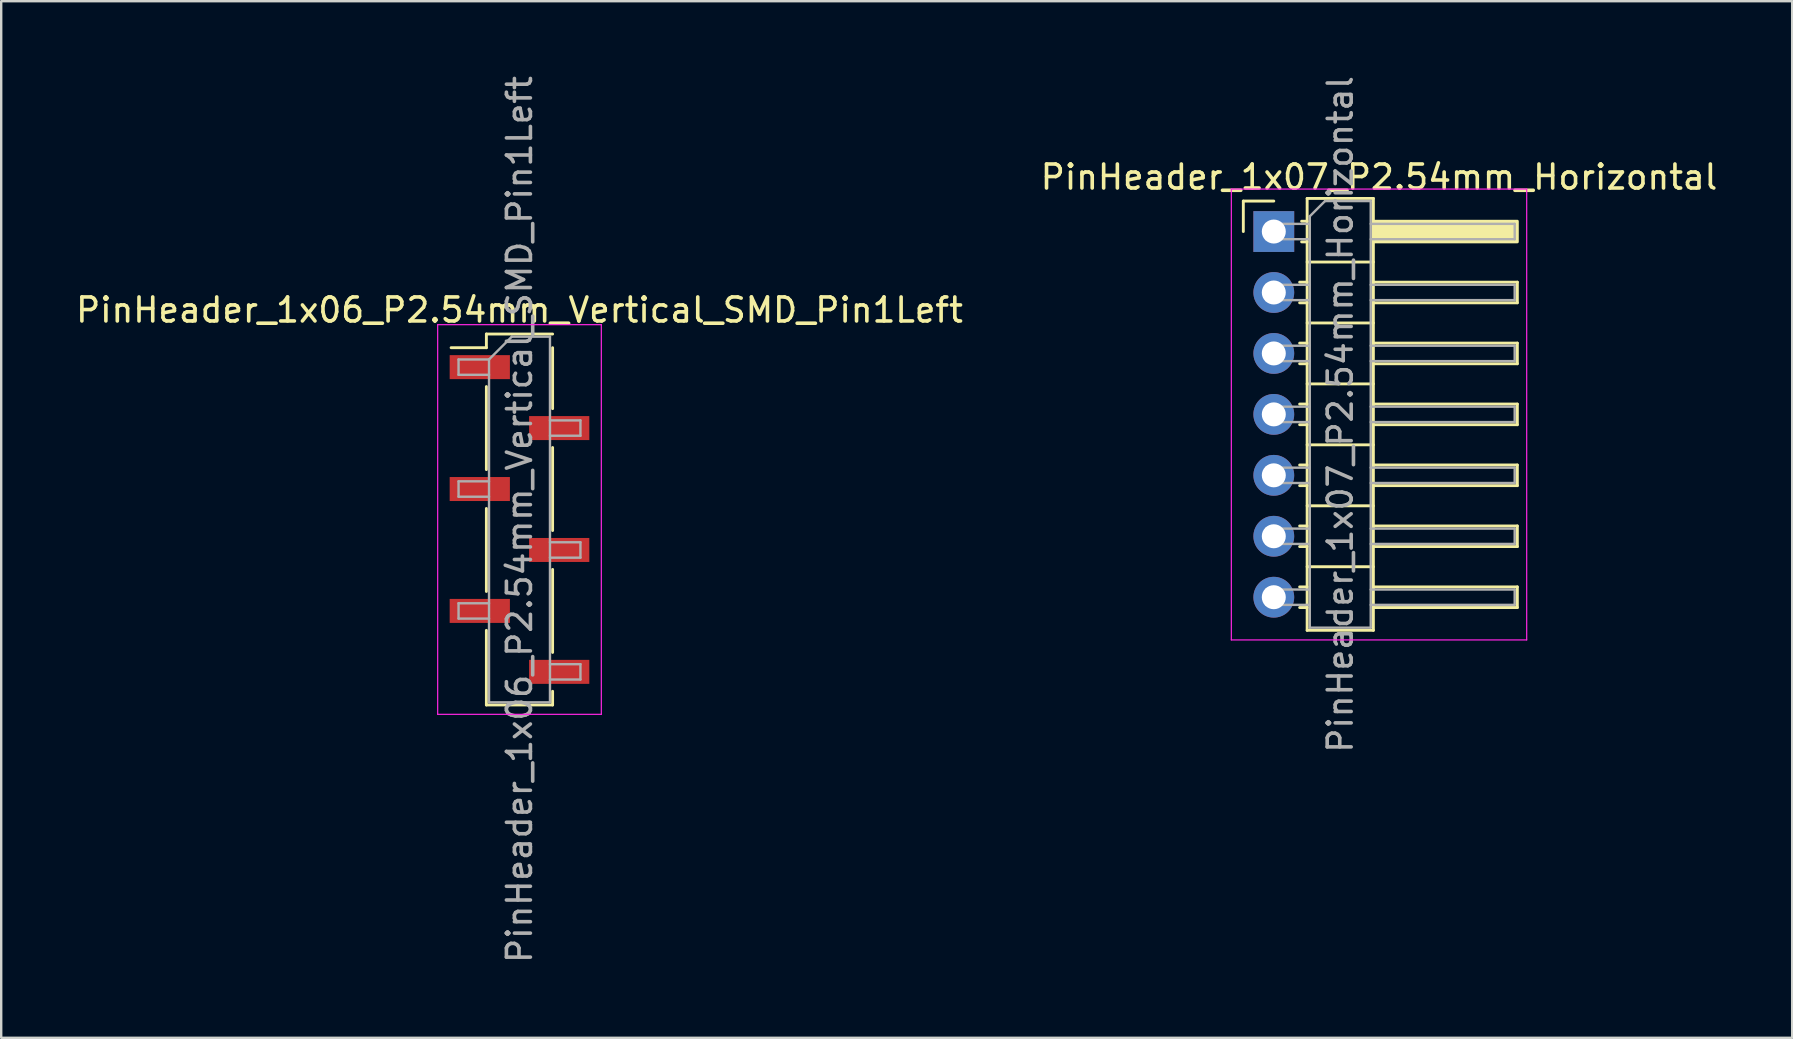
<source format=kicad_pcb>
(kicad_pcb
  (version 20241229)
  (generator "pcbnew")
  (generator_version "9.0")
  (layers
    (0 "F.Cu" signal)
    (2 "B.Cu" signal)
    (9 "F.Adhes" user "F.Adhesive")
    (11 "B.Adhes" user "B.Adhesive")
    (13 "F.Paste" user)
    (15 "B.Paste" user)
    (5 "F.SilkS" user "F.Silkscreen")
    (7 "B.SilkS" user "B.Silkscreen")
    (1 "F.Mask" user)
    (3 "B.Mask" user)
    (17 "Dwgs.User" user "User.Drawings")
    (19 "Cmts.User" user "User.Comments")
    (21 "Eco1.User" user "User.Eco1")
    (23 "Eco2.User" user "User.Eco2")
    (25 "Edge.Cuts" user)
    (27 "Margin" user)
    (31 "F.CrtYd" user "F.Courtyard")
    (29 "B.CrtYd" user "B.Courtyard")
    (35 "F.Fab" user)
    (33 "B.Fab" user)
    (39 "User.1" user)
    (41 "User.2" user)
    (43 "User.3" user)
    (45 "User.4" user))
  (footprint "PinHeader_1x06_P2.54mm_Vertical_SMD_Pin1Left"
    (layer "F.Cu")
    (at 18.601 18.601)
    (property "Reference" "PinHeader_1x06_P2.54mm_Vertical_SMD_Pin1Left" (at 0 -8.73 0) (layer "F.SilkS") (effects (font (size 1 1) (thickness 0.15))))
    (attr smd)
    (fp_line (start -1.38 -7.73) (end -1.38 -7.16) (stroke (width 0.12) (type solid)) (layer "F.SilkS"))
    (fp_line (start -1.38 -7.73) (end 1.38 -7.73) (stroke (width 0.12) (type solid)) (layer "F.SilkS"))
    (fp_line (start -1.38 -7.16) (end -2.85 -7.16) (stroke (width 0.12) (type solid)) (layer "F.SilkS"))
    (fp_line (start -1.38 -5.54) (end -1.38 -2.08) (stroke (width 0.12) (type solid)) (layer "F.SilkS"))
    (fp_line (start -1.38 -0.46) (end -1.38 3) (stroke (width 0.12) (type solid)) (layer "F.SilkS"))
    (fp_line (start -1.38 4.62) (end -1.38 7.73) (stroke (width 0.12) (type solid)) (layer "F.SilkS"))
    (fp_line (start -1.38 7.73) (end 1.38 7.73) (stroke (width 0.12) (type solid)) (layer "F.SilkS"))
    (fp_line (start 1.38 -7.16) (end 1.38 -4.62) (stroke (width 0.12) (type solid)) (layer "F.SilkS"))
    (fp_line (start 1.38 -3) (end 1.38 0.46) (stroke (width 0.12) (type solid)) (layer "F.SilkS"))
    (fp_line (start 1.38 2.08) (end 1.38 5.54) (stroke (width 0.12) (type solid)) (layer "F.SilkS"))
    (fp_line (start 1.38 7.16) (end 1.38 7.73) (stroke (width 0.12) (type solid)) (layer "F.SilkS"))
    (fp_line (start -3.41 -8.12) (end -3.41 8.12) (stroke (width 0.05) (type solid)) (layer "F.CrtYd"))
    (fp_line (start -3.41 8.12) (end 3.41 8.12) (stroke (width 0.05) (type solid)) (layer "F.CrtYd"))
    (fp_line (start 3.41 -8.12) (end -3.41 -8.12) (stroke (width 0.05) (type solid)) (layer "F.CrtYd"))
    (fp_line (start 3.41 8.12) (end 3.41 -8.12) (stroke (width 0.05) (type solid)) (layer "F.CrtYd"))
    (fp_line (start -2.54 -6.67) (end -2.54 -6.03) (stroke (width 0.1) (type solid)) (layer "F.Fab"))
    (fp_line (start -2.54 -6.03) (end -1.27 -6.03) (stroke (width 0.1) (type solid)) (layer "F.Fab"))
    (fp_line (start -2.54 -1.59) (end -2.54 -0.95) (stroke (width 0.1) (type solid)) (layer "F.Fab"))
    (fp_line (start -2.54 -0.95) (end -1.27 -0.95) (stroke (width 0.1) (type solid)) (layer "F.Fab"))
    (fp_line (start -2.54 3.49) (end -2.54 4.13) (stroke (width 0.1) (type solid)) (layer "F.Fab"))
    (fp_line (start -2.54 4.13) (end -1.27 4.13) (stroke (width 0.1) (type solid)) (layer "F.Fab"))
    (fp_line (start -1.27 -6.67) (end -2.54 -6.67) (stroke (width 0.1) (type solid)) (layer "F.Fab"))
    (fp_line (start -1.27 -6.67) (end -0.32 -7.62) (stroke (width 0.1) (type solid)) (layer "F.Fab"))
    (fp_line (start -1.27 -1.59) (end -2.54 -1.59) (stroke (width 0.1) (type solid)) (layer "F.Fab"))
    (fp_line (start -1.27 3.49) (end -2.54 3.49) (stroke (width 0.1) (type solid)) (layer "F.Fab"))
    (fp_line (start -1.27 7.62) (end -1.27 -6.67) (stroke (width 0.1) (type solid)) (layer "F.Fab"))
    (fp_line (start -0.32 -7.62) (end 1.27 -7.62) (stroke (width 0.1) (type solid)) (layer "F.Fab"))
    (fp_line (start 1.27 -7.62) (end 1.27 7.62) (stroke (width 0.1) (type solid)) (layer "F.Fab"))
    (fp_line (start 1.27 -4.13) (end 2.54 -4.13) (stroke (width 0.1) (type solid)) (layer "F.Fab"))
    (fp_line (start 1.27 0.95) (end 2.54 0.95) (stroke (width 0.1) (type solid)) (layer "F.Fab"))
    (fp_line (start 1.27 6.03) (end 2.54 6.03) (stroke (width 0.1) (type solid)) (layer "F.Fab"))
    (fp_line (start 1.27 7.62) (end -1.27 7.62) (stroke (width 0.1) (type solid)) (layer "F.Fab"))
    (fp_line (start 2.54 -4.13) (end 2.54 -3.49) (stroke (width 0.1) (type solid)) (layer "F.Fab"))
    (fp_line (start 2.54 -3.49) (end 1.27 -3.49) (stroke (width 0.1) (type solid)) (layer "F.Fab"))
    (fp_line (start 2.54 0.95) (end 2.54 1.59) (stroke (width 0.1) (type solid)) (layer "F.Fab"))
    (fp_line (start 2.54 1.59) (end 1.27 1.59) (stroke (width 0.1) (type solid)) (layer "F.Fab"))
    (fp_line (start 2.54 6.03) (end 2.54 6.67) (stroke (width 0.1) (type solid)) (layer "F.Fab"))
    (fp_line (start 2.54 6.67) (end 1.27 6.67) (stroke (width 0.1) (type solid)) (layer "F.Fab"))
    (fp_text user "${REFERENCE}" (at 0 0 90) (layer "F.Fab") (effects (font (size 1 1) (thickness 0.15))))
    (pad "1" smd rect (at -1.655 -6.35) (size 2.51 1) (layers "F.Cu" "F.Mask" "F.Paste"))
    (pad "2" smd rect (at 1.655 -3.81) (size 2.51 1) (layers "F.Cu" "F.Mask" "F.Paste"))
    (pad "3" smd rect (at -1.655 -1.27) (size 2.51 1) (layers "F.Cu" "F.Mask" "F.Paste"))
    (pad "4" smd rect (at 1.655 1.27) (size 2.51 1) (layers "F.Cu" "F.Mask" "F.Paste"))
    (pad "5" smd rect (at -1.655 3.81) (size 2.51 1) (layers "F.Cu" "F.Mask" "F.Paste"))
    (pad "6" smd rect (at 1.655 6.35) (size 2.51 1) (layers "F.Cu" "F.Mask" "F.Paste")))
  (footprint "PinHeader_1x07_P2.54mm_Horizontal"
    (layer "F.Cu")
    (at 50.038 6.6)
    (property "Reference" "PinHeader_1x07_P2.54mm_Horizontal" (at 4.385 -2.27 0) (layer "F.SilkS") (effects (font (size 1 1) (thickness 0.15))))
    (attr through_hole)
    (fp_line (start -1.27 -1.27) (end 0 -1.27) (stroke (width 0.12) (type solid)) (layer "F.SilkS"))
    (fp_line (start -1.27 0) (end -1.27 -1.27) (stroke (width 0.12) (type solid)) (layer "F.SilkS"))
    (fp_line (start 1.077 2.11) (end 1.39 2.11) (stroke (width 0.12) (type solid)) (layer "F.SilkS"))
    (fp_line (start 1.077 2.97) (end 1.39 2.97) (stroke (width 0.12) (type solid)) (layer "F.SilkS"))
    (fp_line (start 1.077 4.65) (end 1.39 4.65) (stroke (width 0.12) (type solid)) (layer "F.SilkS"))
    (fp_line (start 1.077 5.51) (end 1.39 5.51) (stroke (width 0.12) (type solid)) (layer "F.SilkS"))
    (fp_line (start 1.077 7.19) (end 1.39 7.19) (stroke (width 0.12) (type solid)) (layer "F.SilkS"))
    (fp_line (start 1.077 8.05) (end 1.39 8.05) (stroke (width 0.12) (type solid)) (layer "F.SilkS"))
    (fp_line (start 1.077 9.73) (end 1.39 9.73) (stroke (width 0.12) (type solid)) (layer "F.SilkS"))
    (fp_line (start 1.077 10.59) (end 1.39 10.59) (stroke (width 0.12) (type solid)) (layer "F.SilkS"))
    (fp_line (start 1.077 12.27) (end 1.39 12.27) (stroke (width 0.12) (type solid)) (layer "F.SilkS"))
    (fp_line (start 1.077 13.13) (end 1.39 13.13) (stroke (width 0.12) (type solid)) (layer "F.SilkS"))
    (fp_line (start 1.077 14.81) (end 1.39 14.81) (stroke (width 0.12) (type solid)) (layer "F.SilkS"))
    (fp_line (start 1.077 15.67) (end 1.39 15.67) (stroke (width 0.12) (type solid)) (layer "F.SilkS"))
    (fp_line (start 1.16 -0.43) (end 1.39 -0.43) (stroke (width 0.12) (type solid)) (layer "F.SilkS"))
    (fp_line (start 1.16 0.43) (end 1.39 0.43) (stroke (width 0.12) (type solid)) (layer "F.SilkS"))
    (fp_line (start 1.39 -1.38) (end 1.39 16.62) (stroke (width 0.12) (type solid)) (layer "F.SilkS"))
    (fp_line (start 1.39 1.27) (end 4.15 1.27) (stroke (width 0.12) (type solid)) (layer "F.SilkS"))
    (fp_line (start 1.39 3.81) (end 4.15 3.81) (stroke (width 0.12) (type solid)) (layer "F.SilkS"))
    (fp_line (start 1.39 6.35) (end 4.15 6.35) (stroke (width 0.12) (type solid)) (layer "F.SilkS"))
    (fp_line (start 1.39 8.89) (end 4.15 8.89) (stroke (width 0.12) (type solid)) (layer "F.SilkS"))
    (fp_line (start 1.39 11.43) (end 4.15 11.43) (stroke (width 0.12) (type solid)) (layer "F.SilkS"))
    (fp_line (start 1.39 13.97) (end 4.15 13.97) (stroke (width 0.12) (type solid)) (layer "F.SilkS"))
    (fp_line (start 1.39 16.62) (end 4.15 16.62) (stroke (width 0.12) (type solid)) (layer "F.SilkS"))
    (fp_line (start 4.15 -1.38) (end 1.39 -1.38) (stroke (width 0.12) (type solid)) (layer "F.SilkS"))
    (fp_line (start 4.15 2.11) (end 10.15 2.11) (stroke (width 0.12) (type solid)) (layer "F.SilkS"))
    (fp_line (start 4.15 4.65) (end 10.15 4.65) (stroke (width 0.12) (type solid)) (layer "F.SilkS"))
    (fp_line (start 4.15 7.19) (end 10.15 7.19) (stroke (width 0.12) (type solid)) (layer "F.SilkS"))
    (fp_line (start 4.15 9.73) (end 10.15 9.73) (stroke (width 0.12) (type solid)) (layer "F.SilkS"))
    (fp_line (start 4.15 12.27) (end 10.15 12.27) (stroke (width 0.12) (type solid)) (layer "F.SilkS"))
    (fp_line (start 4.15 14.81) (end 10.15 14.81) (stroke (width 0.12) (type solid)) (layer "F.SilkS"))
    (fp_line (start 4.15 16.62) (end 4.15 -1.38) (stroke (width 0.12) (type solid)) (layer "F.SilkS"))
    (fp_line (start 10.15 2.11) (end 10.15 2.97) (stroke (width 0.12) (type solid)) (layer "F.SilkS"))
    (fp_line (start 10.15 2.97) (end 4.15 2.97) (stroke (width 0.12) (type solid)) (layer "F.SilkS"))
    (fp_line (start 10.15 4.65) (end 10.15 5.51) (stroke (width 0.12) (type solid)) (layer "F.SilkS"))
    (fp_line (start 10.15 5.51) (end 4.15 5.51) (stroke (width 0.12) (type solid)) (layer "F.SilkS"))
    (fp_line (start 10.15 7.19) (end 10.15 8.05) (stroke (width 0.12) (type solid)) (layer "F.SilkS"))
    (fp_line (start 10.15 8.05) (end 4.15 8.05) (stroke (width 0.12) (type solid)) (layer "F.SilkS"))
    (fp_line (start 10.15 9.73) (end 10.15 10.59) (stroke (width 0.12) (type solid)) (layer "F.SilkS"))
    (fp_line (start 10.15 10.59) (end 4.15 10.59) (stroke (width 0.12) (type solid)) (layer "F.SilkS"))
    (fp_line (start 10.15 12.27) (end 10.15 13.13) (stroke (width 0.12) (type solid)) (layer "F.SilkS"))
    (fp_line (start 10.15 13.13) (end 4.15 13.13) (stroke (width 0.12) (type solid)) (layer "F.SilkS"))
    (fp_line (start 10.15 14.81) (end 10.15 15.67) (stroke (width 0.12) (type solid)) (layer "F.SilkS"))
    (fp_line (start 10.15 15.67) (end 4.15 15.67) (stroke (width 0.12) (type solid)) (layer "F.SilkS"))
    (fp_rect (start 4.15 -0.43) (end 10.15 0.43) (stroke (width 0.12) (type solid)) (fill yes) (layer "F.SilkS"))
    (fp_line (start -1.77 -1.77) (end -1.77 17.02) (stroke (width 0.05) (type solid)) (layer "F.CrtYd"))
    (fp_line (start -1.77 17.02) (end 10.54 17.02) (stroke (width 0.05) (type solid)) (layer "F.CrtYd"))
    (fp_line (start 10.54 -1.77) (end -1.77 -1.77) (stroke (width 0.05) (type solid)) (layer "F.CrtYd"))
    (fp_line (start 10.54 17.02) (end 10.54 -1.77) (stroke (width 0.05) (type solid)) (layer "F.CrtYd"))
    (fp_line (start -0.32 -0.32) (end -0.32 0.32) (stroke (width 0.1) (type solid)) (layer "F.Fab"))
    (fp_line (start -0.32 -0.32) (end 1.5 -0.32) (stroke (width 0.1) (type solid)) (layer "F.Fab"))
    (fp_line (start -0.32 0.32) (end 1.5 0.32) (stroke (width 0.1) (type solid)) (layer "F.Fab"))
    (fp_line (start -0.32 2.22) (end -0.32 2.86) (stroke (width 0.1) (type solid)) (layer "F.Fab"))
    (fp_line (start -0.32 2.22) (end 1.5 2.22) (stroke (width 0.1) (type solid)) (layer "F.Fab"))
    (fp_line (start -0.32 2.86) (end 1.5 2.86) (stroke (width 0.1) (type solid)) (layer "F.Fab"))
    (fp_line (start -0.32 4.76) (end -0.32 5.4) (stroke (width 0.1) (type solid)) (layer "F.Fab"))
    (fp_line (start -0.32 4.76) (end 1.5 4.76) (stroke (width 0.1) (type solid)) (layer "F.Fab"))
    (fp_line (start -0.32 5.4) (end 1.5 5.4) (stroke (width 0.1) (type solid)) (layer "F.Fab"))
    (fp_line (start -0.32 7.3) (end -0.32 7.94) (stroke (width 0.1) (type solid)) (layer "F.Fab"))
    (fp_line (start -0.32 7.3) (end 1.5 7.3) (stroke (width 0.1) (type solid)) (layer "F.Fab"))
    (fp_line (start -0.32 7.94) (end 1.5 7.94) (stroke (width 0.1) (type solid)) (layer "F.Fab"))
    (fp_line (start -0.32 9.84) (end -0.32 10.48) (stroke (width 0.1) (type solid)) (layer "F.Fab"))
    (fp_line (start -0.32 9.84) (end 1.5 9.84) (stroke (width 0.1) (type solid)) (layer "F.Fab"))
    (fp_line (start -0.32 10.48) (end 1.5 10.48) (stroke (width 0.1) (type solid)) (layer "F.Fab"))
    (fp_line (start -0.32 12.38) (end -0.32 13.02) (stroke (width 0.1) (type solid)) (layer "F.Fab"))
    (fp_line (start -0.32 12.38) (end 1.5 12.38) (stroke (width 0.1) (type solid)) (layer "F.Fab"))
    (fp_line (start -0.32 13.02) (end 1.5 13.02) (stroke (width 0.1) (type solid)) (layer "F.Fab"))
    (fp_line (start -0.32 14.92) (end -0.32 15.56) (stroke (width 0.1) (type solid)) (layer "F.Fab"))
    (fp_line (start -0.32 14.92) (end 1.5 14.92) (stroke (width 0.1) (type solid)) (layer "F.Fab"))
    (fp_line (start -0.32 15.56) (end 1.5 15.56) (stroke (width 0.1) (type solid)) (layer "F.Fab"))
    (fp_line (start 1.5 -0.635) (end 2.135 -1.27) (stroke (width 0.1) (type solid)) (layer "F.Fab"))
    (fp_line (start 1.5 16.51) (end 1.5 -0.635) (stroke (width 0.1) (type solid)) (layer "F.Fab"))
    (fp_line (start 2.135 -1.27) (end 4.04 -1.27) (stroke (width 0.1) (type solid)) (layer "F.Fab"))
    (fp_line (start 4.04 -1.27) (end 4.04 16.51) (stroke (width 0.1) (type solid)) (layer "F.Fab"))
    (fp_line (start 4.04 -0.32) (end 10.04 -0.32) (stroke (width 0.1) (type solid)) (layer "F.Fab"))
    (fp_line (start 4.04 0.32) (end 10.04 0.32) (stroke (width 0.1) (type solid)) (layer "F.Fab"))
    (fp_line (start 4.04 2.22) (end 10.04 2.22) (stroke (width 0.1) (type solid)) (layer "F.Fab"))
    (fp_line (start 4.04 2.86) (end 10.04 2.86) (stroke (width 0.1) (type solid)) (layer "F.Fab"))
    (fp_line (start 4.04 4.76) (end 10.04 4.76) (stroke (width 0.1) (type solid)) (layer "F.Fab"))
    (fp_line (start 4.04 5.4) (end 10.04 5.4) (stroke (width 0.1) (type solid)) (layer "F.Fab"))
    (fp_line (start 4.04 7.3) (end 10.04 7.3) (stroke (width 0.1) (type solid)) (layer "F.Fab"))
    (fp_line (start 4.04 7.94) (end 10.04 7.94) (stroke (width 0.1) (type solid)) (layer "F.Fab"))
    (fp_line (start 4.04 9.84) (end 10.04 9.84) (stroke (width 0.1) (type solid)) (layer "F.Fab"))
    (fp_line (start 4.04 10.48) (end 10.04 10.48) (stroke (width 0.1) (type solid)) (layer "F.Fab"))
    (fp_line (start 4.04 12.38) (end 10.04 12.38) (stroke (width 0.1) (type solid)) (layer "F.Fab"))
    (fp_line (start 4.04 13.02) (end 10.04 13.02) (stroke (width 0.1) (type solid)) (layer "F.Fab"))
    (fp_line (start 4.04 14.92) (end 10.04 14.92) (stroke (width 0.1) (type solid)) (layer "F.Fab"))
    (fp_line (start 4.04 15.56) (end 10.04 15.56) (stroke (width 0.1) (type solid)) (layer "F.Fab"))
    (fp_line (start 4.04 16.51) (end 1.5 16.51) (stroke (width 0.1) (type solid)) (layer "F.Fab"))
    (fp_line (start 10.04 -0.32) (end 10.04 0.32) (stroke (width 0.1) (type solid)) (layer "F.Fab"))
    (fp_line (start 10.04 2.22) (end 10.04 2.86) (stroke (width 0.1) (type solid)) (layer "F.Fab"))
    (fp_line (start 10.04 4.76) (end 10.04 5.4) (stroke (width 0.1) (type solid)) (layer "F.Fab"))
    (fp_line (start 10.04 7.3) (end 10.04 7.94) (stroke (width 0.1) (type solid)) (layer "F.Fab"))
    (fp_line (start 10.04 9.84) (end 10.04 10.48) (stroke (width 0.1) (type solid)) (layer "F.Fab"))
    (fp_line (start 10.04 12.38) (end 10.04 13.02) (stroke (width 0.1) (type solid)) (layer "F.Fab"))
    (fp_line (start 10.04 14.92) (end 10.04 15.56) (stroke (width 0.1) (type solid)) (layer "F.Fab"))
    (fp_text user "${REFERENCE}" (at 2.77 7.62 90) (layer "F.Fab") (effects (font (size 1 1) (thickness 0.15))))
    (pad "1" thru_hole rect (at 0 0) (size 1.7 1.7) (drill 1) (layers "*.Cu" "*.Mask"))
    (pad "2" thru_hole circle (at 0 2.54) (size 1.7 1.7) (drill 1) (layers "*.Cu" "*.Mask"))
    (pad "3" thru_hole circle (at 0 5.08) (size 1.7 1.7) (drill 1) (layers "*.Cu" "*.Mask"))
    (pad "4" thru_hole circle (at 0 7.62) (size 1.7 1.7) (drill 1) (layers "*.Cu" "*.Mask"))
    (pad "5" thru_hole circle (at 0 10.16) (size 1.7 1.7) (drill 1) (layers "*.Cu" "*.Mask"))
    (pad "6" thru_hole circle (at 0 12.7) (size 1.7 1.7) (drill 1) (layers "*.Cu" "*.Mask"))
    (pad "7" thru_hole circle (at 0 15.24) (size 1.7 1.7) (drill 1) (layers "*.Cu" "*.Mask")))
  (gr_rect
    (start -3 -3)
    (end 71.643 40.202)
    (stroke (width 0.1) (type default))
    (fill no)
    (layer "Edge.Cuts")))
</source>
